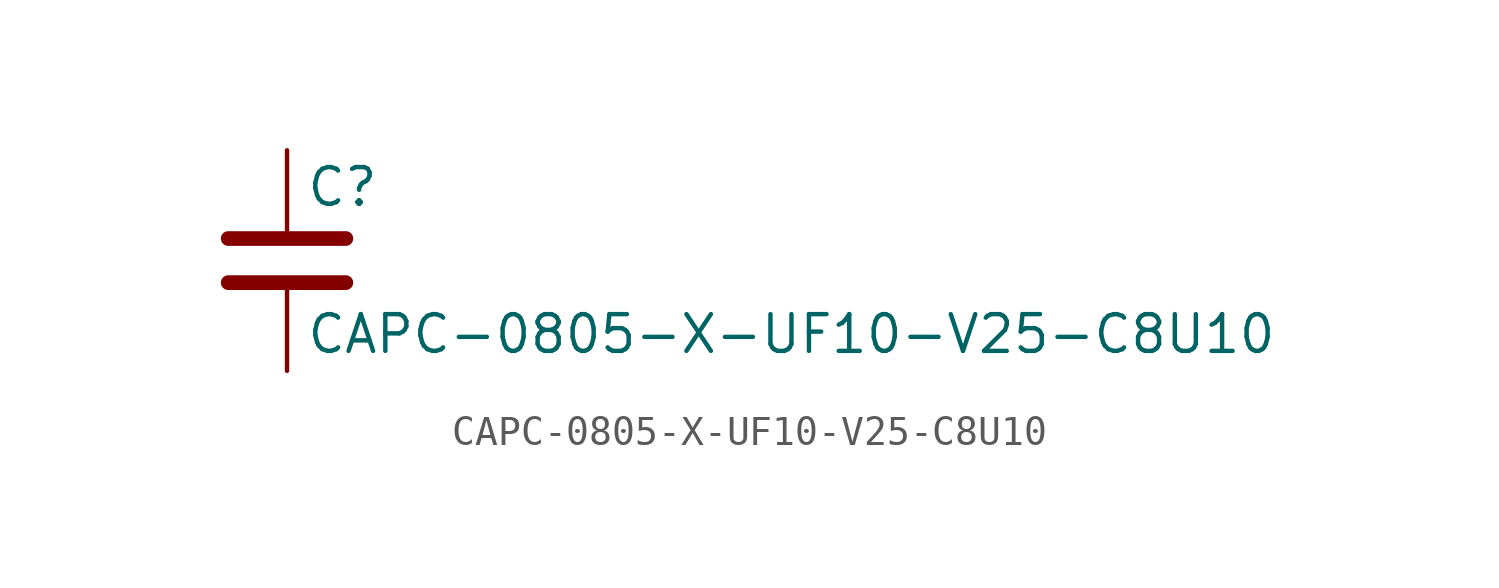
<source format=kicad_sym>
(kicad_symbol_lib
  (version 20211014)
  (generator kicad_symbol_editor)
  (symbol "CAPC-0805-X-UF10-V25-C8U10"
    (pin_numbers hide)
    (pin_names
      (offset 0.254))
    (property "Reference" "C"
      (at 0.635 2.54 0)
      (effects (font (size 1.27 1.27)) (justify left)))
    (property "Value" "CAPC-0805-X-UF10-V25-C8U10"
      (at 0.635 -2.54 0)
      (effects (font (size 1.27 1.27)) (justify left)))
    (symbol "CAPC-0805-X-UF10-V25-C8U10_0_1"
      (polyline (pts (xy -2.032 -0.762) (xy 2.032 -0.762)) (stroke (width 0.508) (type default) (color 0 0 0 0)) (fill (type none)))
      (polyline (pts (xy -2.032 0.762) (xy 2.032 0.762)) (stroke (width 0.508) (type default) (color 0 0 0 0)) (fill (type none))))
    (symbol "CAPC-0805-X-UF10-V25-C8U10_1_1"
      (pin passive line (at 0 3.81 270) (length 2.794) (name "~" (effects (font (size 1.27 1.27)))) (number "1" (effects (font (size 1.27 1.27)))))
      (pin passive line (at 0 -3.81 90) (length 2.794) (name "~" (effects (font (size 1.27 1.27)))) (number "2" (effects (font (size 1.27 1.27))))))))
</source>
